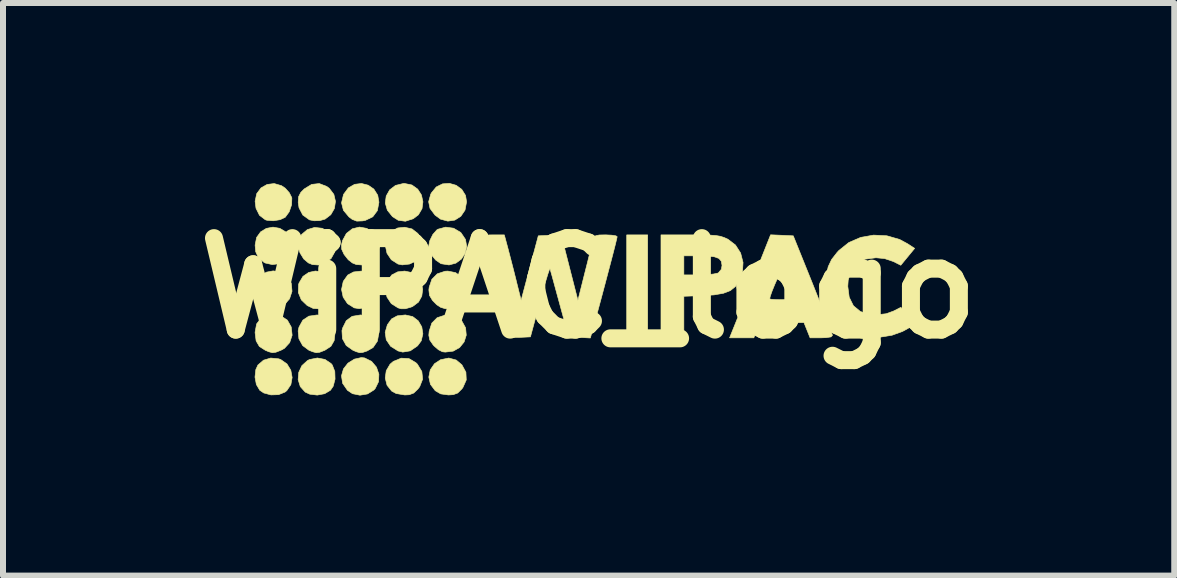
<source format=kicad_pcb>
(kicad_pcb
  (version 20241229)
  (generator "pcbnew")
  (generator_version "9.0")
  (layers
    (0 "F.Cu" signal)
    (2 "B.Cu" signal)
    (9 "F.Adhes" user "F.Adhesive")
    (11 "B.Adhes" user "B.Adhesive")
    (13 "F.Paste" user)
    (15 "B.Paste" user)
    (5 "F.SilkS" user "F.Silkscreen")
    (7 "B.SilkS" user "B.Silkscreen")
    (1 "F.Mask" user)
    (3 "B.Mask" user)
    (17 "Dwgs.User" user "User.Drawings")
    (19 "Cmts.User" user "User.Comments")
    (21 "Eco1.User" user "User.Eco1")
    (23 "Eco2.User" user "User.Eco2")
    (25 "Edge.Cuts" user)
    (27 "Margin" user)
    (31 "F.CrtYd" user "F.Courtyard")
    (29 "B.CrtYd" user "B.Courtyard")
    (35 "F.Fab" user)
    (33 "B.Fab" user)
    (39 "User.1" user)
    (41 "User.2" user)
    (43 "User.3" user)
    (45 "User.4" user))
  (footprint "WiPAC_logo"
    (layer "F.Cu")
    (at 6.756 1.752)
    (property "Reference" "WiPAC_logo" (at 0 0 0) (layer "F.SilkS") (effects (font (size 1.524 1.524) (thickness 0.3))))
    (attr through_hole)
    (fp_poly (pts (xy 0.984 0.826) (xy 0.635 0.826) (xy 0.635 -0.889) (xy 0.984 -0.889) (xy 0.984 0.826)) (stroke (width 0.01) (type solid)) (fill yes) (layer "F.SilkS"))
    (fp_poly (pts (xy -3.732 1.161) (xy -3.615 1.219) (xy -3.534 1.315) (xy -3.494 1.432) (xy -3.499 1.556) (xy -3.554 1.669) (xy -3.576 1.694) (xy -3.683 1.761) (xy -3.809 1.782) (xy -3.933 1.757) (xy -4.017 1.701) (xy -4.098 1.584) (xy -4.117 1.459) (xy -4.084 1.344) (xy -4.009 1.248) (xy -3.902 1.181) (xy -3.785 1.155) (xy -3.732 1.161)) (stroke (width 0.01) (type solid)) (fill yes) (layer "F.SilkS"))
    (fp_poly (pts (xy -2.943 -1.72) (xy -2.847 -1.651) (xy -2.785 -1.554) (xy -2.76 -1.44) (xy -2.775 -1.326) (xy -2.835 -1.224) (xy -2.92 -1.159) (xy -3.052 -1.116) (xy -3.171 -1.132) (xy -3.267 -1.193) (xy -3.353 -1.3) (xy -3.387 -1.419) (xy -3.372 -1.536) (xy -3.314 -1.639) (xy -3.217 -1.713) (xy -3.086 -1.745) (xy -3.069 -1.746) (xy -2.943 -1.72)) (stroke (width 0.01) (type solid)) (fill yes) (layer "F.SilkS"))
    (fp_poly (pts (xy -2.931 0.472) (xy -2.838 0.543) (xy -2.779 0.644) (xy -2.761 0.76) (xy -2.788 0.876) (xy -2.85 0.96) (xy -2.971 1.043) (xy -3.096 1.064) (xy -3.174 1.045) (xy -3.298 0.967) (xy -3.371 0.859) (xy -3.389 0.734) (xy -3.352 0.608) (xy -3.282 0.511) (xy -3.188 0.46) (xy -3.054 0.445) (xy -3.053 0.445) (xy -2.931 0.472)) (stroke (width 0.01) (type solid)) (fill yes) (layer "F.SilkS"))
    (fp_poly (pts (xy -2.206 -1.715) (xy -2.113 -1.647) (xy -2.05 -1.546) (xy -2.033 -1.439) (xy -2.059 -1.301) (xy -2.129 -1.198) (xy -2.229 -1.135) (xy -2.345 -1.118) (xy -2.467 -1.151) (xy -2.559 -1.219) (xy -2.642 -1.33) (xy -2.665 -1.441) (xy -2.63 -1.567) (xy -2.619 -1.588) (xy -2.538 -1.687) (xy -2.433 -1.739) (xy -2.318 -1.747) (xy -2.206 -1.715)) (stroke (width 0.01) (type solid)) (fill yes) (layer "F.SilkS"))
    (fp_poly (pts (xy -2.206 1.196) (xy -2.111 1.276) (xy -2.044 1.399) (xy -2.038 1.528) (xy -2.094 1.654) (xy -2.114 1.68) (xy -2.181 1.746) (xy -2.255 1.773) (xy -2.335 1.778) (xy -2.464 1.76) (xy -2.555 1.707) (xy -2.635 1.601) (xy -2.662 1.48) (xy -2.638 1.36) (xy -2.567 1.257) (xy -2.466 1.191) (xy -2.329 1.163) (xy -2.206 1.196)) (stroke (width 0.01) (type solid)) (fill yes) (layer "F.SilkS"))
    (fp_poly (pts (xy -5.163 1.176) (xy -5.129 1.188) (xy -5.025 1.261) (xy -4.961 1.366) (xy -4.939 1.487) (xy -4.96 1.606) (xy -5.028 1.706) (xy -5.058 1.73) (xy -5.165 1.773) (xy -5.292 1.777) (xy -5.411 1.745) (xy -5.478 1.7) (xy -5.535 1.604) (xy -5.558 1.48) (xy -5.544 1.355) (xy -5.509 1.279) (xy -5.416 1.199) (xy -5.295 1.163) (xy -5.163 1.176)) (stroke (width 0.01) (type solid)) (fill yes) (layer "F.SilkS"))
    (fp_poly (pts (xy -5.143 -0.273) (xy -5.043 -0.216) (xy -4.968 -0.118) (xy -4.953 -0.079) (xy -4.941 0.051) (xy -4.982 0.176) (xy -5.068 0.274) (xy -5.108 0.3) (xy -5.221 0.342) (xy -5.322 0.336) (xy -5.405 0.3) (xy -5.497 0.228) (xy -5.544 0.128) (xy -5.556 0.006) (xy -5.531 -0.118) (xy -5.463 -0.21) (xy -5.367 -0.268) (xy -5.255 -0.289) (xy -5.143 -0.273)) (stroke (width 0.01) (type solid)) (fill yes) (layer "F.SilkS"))
    (fp_poly (pts (xy -4.439 -0.273) (xy -4.337 -0.222) (xy -4.261 -0.137) (xy -4.224 -0.02) (xy -4.223 0.012) (xy -4.24 0.147) (xy -4.295 0.241) (xy -4.381 0.301) (xy -4.49 0.343) (xy -4.587 0.337) (xy -4.688 0.288) (xy -4.786 0.194) (xy -4.836 0.072) (xy -4.832 -0.062) (xy -4.824 -0.087) (xy -4.759 -0.197) (xy -4.663 -0.263) (xy -4.552 -0.287) (xy -4.439 -0.273)) (stroke (width 0.01) (type solid)) (fill yes) (layer "F.SilkS"))
    (fp_poly (pts (xy -4.438 -0.999) (xy -4.32 -0.934) (xy -4.252 -0.861) (xy -4.225 -0.779) (xy -4.223 -0.725) (xy -4.238 -0.589) (xy -4.29 -0.495) (xy -4.381 -0.429) (xy -4.496 -0.387) (xy -4.601 -0.394) (xy -4.667 -0.421) (xy -4.746 -0.488) (xy -4.808 -0.589) (xy -4.842 -0.699) (xy -4.84 -0.774) (xy -4.781 -0.896) (xy -4.685 -0.977) (xy -4.565 -1.013) (xy -4.438 -0.999)) (stroke (width 0.01) (type solid)) (fill yes) (layer "F.SilkS"))
    (fp_poly (pts (xy -4.392 1.186) (xy -4.29 1.255) (xy -4.27 1.279) (xy -4.228 1.387) (xy -4.224 1.514) (xy -4.255 1.633) (xy -4.301 1.7) (xy -4.397 1.757) (xy -4.521 1.78) (xy -4.645 1.765) (xy -4.721 1.73) (xy -4.803 1.639) (xy -4.839 1.523) (xy -4.829 1.402) (xy -4.777 1.29) (xy -4.685 1.206) (xy -4.65 1.188) (xy -4.519 1.162) (xy -4.392 1.186)) (stroke (width 0.01) (type solid)) (fill yes) (layer "F.SilkS"))
    (fp_poly (pts (xy -3.672 -1.717) (xy -3.578 -1.652) (xy -3.513 -1.55) (xy -3.493 -1.433) (xy -3.519 -1.293) (xy -3.596 -1.19) (xy -3.718 -1.131) (xy -3.764 -1.122) (xy -3.862 -1.118) (xy -3.938 -1.147) (xy -3.992 -1.188) (xy -4.085 -1.299) (xy -4.116 -1.423) (xy -4.084 -1.558) (xy -4.081 -1.566) (xy -4.002 -1.672) (xy -3.898 -1.731) (xy -3.784 -1.745) (xy -3.672 -1.717)) (stroke (width 0.01) (type solid)) (fill yes) (layer "F.SilkS"))
    (fp_poly (pts (xy -3.664 -0.258) (xy -3.568 -0.184) (xy -3.506 -0.077) (xy -3.487 0.048) (xy -3.517 0.176) (xy -3.527 0.195) (xy -3.597 0.269) (xy -3.704 0.32) (xy -3.821 0.34) (xy -3.905 0.327) (xy -4.017 0.256) (xy -4.089 0.148) (xy -4.116 0.021) (xy -4.089 -0.107) (xy -4.082 -0.122) (xy -4.012 -0.22) (xy -3.916 -0.271) (xy -3.786 -0.286) (xy -3.664 -0.258)) (stroke (width 0.01) (type solid)) (fill yes) (layer "F.SilkS"))
    (fp_poly (pts (xy -2.993 1.172) (xy -2.879 1.239) (xy -2.853 1.264) (xy -2.778 1.388) (xy -2.765 1.515) (xy -2.814 1.64) (xy -2.844 1.68) (xy -2.913 1.746) (xy -2.988 1.774) (xy -3.062 1.778) (xy -3.206 1.754) (xy -3.281 1.713) (xy -3.358 1.616) (xy -3.388 1.496) (xy -3.371 1.374) (xy -3.308 1.266) (xy -3.252 1.218) (xy -3.121 1.165) (xy -2.993 1.172)) (stroke (width 0.01) (type solid)) (fill yes) (layer "F.SilkS"))
    (fp_poly (pts (xy -2.942 -0.988) (xy -2.845 -0.913) (xy -2.781 -0.807) (xy -2.758 -0.683) (xy -2.785 -0.557) (xy -2.795 -0.538) (xy -2.871 -0.456) (xy -2.983 -0.403) (xy -3.105 -0.389) (xy -3.175 -0.403) (xy -3.287 -0.475) (xy -3.359 -0.583) (xy -3.386 -0.709) (xy -3.359 -0.838) (xy -3.352 -0.852) (xy -3.279 -0.952) (xy -3.18 -1.004) (xy -3.064 -1.016) (xy -2.942 -0.988)) (stroke (width 0.01) (type solid)) (fill yes) (layer "F.SilkS"))
    (fp_poly (pts (xy -5.145 -0.998) (xy -5.043 -0.938) (xy -4.965 -0.835) (xy -4.95 -0.802) (xy -4.939 -0.695) (xy -4.968 -0.577) (xy -5.032 -0.477) (xy -5.046 -0.463) (xy -5.146 -0.41) (xy -5.269 -0.394) (xy -5.386 -0.42) (xy -5.405 -0.429) (xy -5.498 -0.505) (xy -5.546 -0.608) (xy -5.556 -0.718) (xy -5.531 -0.846) (xy -5.464 -0.939) (xy -5.369 -0.997) (xy -5.258 -1.018) (xy -5.145 -0.998)) (stroke (width 0.01) (type solid)) (fill yes) (layer "F.SilkS"))
    (fp_poly (pts (xy -4.385 0.471) (xy -4.286 0.545) (xy -4.231 0.66) (xy -4.223 0.737) (xy -4.239 0.873) (xy -4.293 0.967) (xy -4.392 1.032) (xy -4.399 1.035) (xy -4.481 1.067) (xy -4.538 1.074) (xy -4.6 1.057) (xy -4.661 1.032) (xy -4.764 0.955) (xy -4.826 0.842) (xy -4.839 0.712) (xy -4.825 0.648) (xy -4.761 0.532) (xy -4.66 0.465) (xy -4.522 0.445) (xy -4.385 0.471)) (stroke (width 0.01) (type solid)) (fill yes) (layer "F.SilkS"))
    (fp_poly (pts (xy -4.361 -1.695) (xy -4.32 -1.664) (xy -4.244 -1.564) (xy -4.217 -1.447) (xy -4.235 -1.329) (xy -4.295 -1.225) (xy -4.39 -1.152) (xy -4.477 -1.127) (xy -4.571 -1.124) (xy -4.649 -1.139) (xy -4.651 -1.14) (xy -4.761 -1.219) (xy -4.824 -1.339) (xy -4.838 -1.431) (xy -4.831 -1.526) (xy -4.795 -1.596) (xy -4.738 -1.654) (xy -4.614 -1.73) (xy -4.487 -1.744) (xy -4.361 -1.695)) (stroke (width 0.01) (type solid)) (fill yes) (layer "F.SilkS"))
    (fp_poly (pts (xy -3.695 -0.997) (xy -3.585 -0.923) (xy -3.51 -0.81) (xy -3.488 -0.685) (xy -3.517 -0.565) (xy -3.595 -0.466) (xy -3.651 -0.429) (xy -3.766 -0.387) (xy -3.871 -0.395) (xy -3.935 -0.421) (xy -4.004 -0.475) (xy -4.068 -0.556) (xy -4.075 -0.566) (xy -4.113 -0.648) (xy -4.117 -0.72) (xy -4.1 -0.793) (xy -4.035 -0.913) (xy -3.937 -0.99) (xy -3.818 -1.019) (xy -3.695 -0.997)) (stroke (width 0.01) (type solid)) (fill yes) (layer "F.SilkS"))
    (fp_poly (pts (xy -3.663 0.472) (xy -3.561 0.546) (xy -3.502 0.658) (xy -3.493 0.737) (xy -3.518 0.881) (xy -3.591 0.988) (xy -3.69 1.045) (xy -3.765 1.07) (xy -3.814 1.074) (xy -3.871 1.057) (xy -3.927 1.033) (xy -4.038 0.954) (xy -4.101 0.84) (xy -4.109 0.707) (xy -4.098 0.663) (xy -4.037 0.54) (xy -3.939 0.468) (xy -3.801 0.445) (xy -3.797 0.445) (xy -3.663 0.472)) (stroke (width 0.01) (type solid)) (fill yes) (layer "F.SilkS"))
    (fp_poly (pts (xy -2.94 -0.26) (xy -2.847 -0.191) (xy -2.788 -0.094) (xy -2.764 0.018) (xy -2.779 0.131) (xy -2.834 0.231) (xy -2.932 0.304) (xy -2.96 0.315) (xy -3.053 0.342) (xy -3.123 0.342) (xy -3.175 0.327) (xy -3.287 0.256) (xy -3.359 0.148) (xy -3.386 0.021) (xy -3.359 -0.107) (xy -3.352 -0.122) (xy -3.279 -0.222) (xy -3.18 -0.273) (xy -3.064 -0.286) (xy -2.94 -0.26)) (stroke (width 0.01) (type solid)) (fill yes) (layer "F.SilkS"))
    (fp_poly (pts (xy -5.12 0.465) (xy -5.019 0.531) (xy -4.955 0.644) (xy -4.954 0.648) (xy -4.939 0.783) (xy -4.98 0.906) (xy -5.068 1.002) (xy -5.125 1.033) (xy -5.21 1.066) (xy -5.267 1.074) (xy -5.328 1.058) (xy -5.387 1.033) (xy -5.485 0.97) (xy -5.539 0.877) (xy -5.556 0.742) (xy -5.556 0.731) (xy -5.531 0.595) (xy -5.459 0.501) (xy -5.342 0.452) (xy -5.263 0.445) (xy -5.12 0.465)) (stroke (width 0.01) (type solid)) (fill yes) (layer "F.SilkS"))
    (fp_poly (pts (xy -5.117 -1.709) (xy -5.054 -1.667) (xy -4.987 -1.592) (xy -4.946 -1.511) (xy -4.944 -1.501) (xy -4.948 -1.39) (xy -4.988 -1.273) (xy -5.053 -1.184) (xy -5.056 -1.181) (xy -5.14 -1.142) (xy -5.252 -1.124) (xy -5.358 -1.132) (xy -5.386 -1.141) (xy -5.483 -1.215) (xy -5.541 -1.332) (xy -5.556 -1.449) (xy -5.529 -1.576) (xy -5.458 -1.671) (xy -5.356 -1.729) (xy -5.238 -1.744) (xy -5.117 -1.709)) (stroke (width 0.01) (type solid)) (fill yes) (layer "F.SilkS"))
    (fp_poly (pts (xy -2.249 -1) (xy -2.133 -0.931) (xy -2.125 -0.923) (xy -2.051 -0.813) (xy -2.031 -0.696) (xy -2.056 -0.584) (xy -2.118 -0.487) (xy -2.211 -0.418) (xy -2.325 -0.388) (xy -2.455 -0.408) (xy -2.464 -0.412) (xy -2.548 -0.47) (xy -2.621 -0.559) (xy -2.663 -0.655) (xy -2.667 -0.688) (xy -2.646 -0.792) (xy -2.595 -0.896) (xy -2.528 -0.972) (xy -2.51 -0.983) (xy -2.382 -1.018) (xy -2.249 -1)) (stroke (width 0.01) (type solid)) (fill yes) (layer "F.SilkS"))
    (fp_poly (pts (xy -2.235 0.453) (xy -2.166 0.489) (xy -2.114 0.542) (xy -2.049 0.66) (xy -2.038 0.782) (xy -2.074 0.895) (xy -2.149 0.988) (xy -2.256 1.048) (xy -2.388 1.064) (xy -2.436 1.058) (xy -2.501 1.025) (xy -2.574 0.962) (xy -2.59 0.944) (xy -2.646 0.863) (xy -2.662 0.784) (xy -2.656 0.716) (xy -2.612 0.581) (xy -2.523 0.491) (xy -2.392 0.448) (xy -2.335 0.445) (xy -2.235 0.453)) (stroke (width 0.01) (type solid)) (fill yes) (layer "F.SilkS"))
    (fp_poly (pts (xy -2.216 -0.26) (xy -2.119 -0.192) (xy -2.057 -0.095) (xy -2.033 0.017) (xy -2.05 0.13) (xy -2.112 0.231) (xy -2.208 0.3) (xy -2.307 0.339) (xy -2.385 0.342) (xy -2.464 0.318) (xy -2.53 0.275) (xy -2.598 0.206) (xy -2.602 0.201) (xy -2.651 0.119) (xy -2.661 0.028) (xy -2.656 -0.016) (xy -2.611 -0.15) (xy -2.521 -0.24) (xy -2.392 -0.283) (xy -2.345 -0.286) (xy -2.216 -0.26)) (stroke (width 0.01) (type solid)) (fill yes) (layer "F.SilkS"))
    (fp_poly (pts (xy 1.882 -0.888) (xy 2.021 -0.885) (xy 2.122 -0.878) (xy 2.197 -0.865) (xy 2.258 -0.845) (xy 2.318 -0.818) (xy 2.319 -0.818) (xy 2.447 -0.72) (xy 2.533 -0.586) (xy 2.573 -0.429) (xy 2.563 -0.263) (xy 2.513 -0.127) (xy 2.447 -0.03) (xy 2.362 0.039) (xy 2.246 0.084) (xy 2.089 0.111) (xy 1.913 0.122) (xy 1.587 0.134) (xy 1.587 0.826) (xy 1.206 0.826) (xy 1.206 -0.54) (xy 1.587 -0.54) (xy 1.587 -0.222) (xy 1.844 -0.222) (xy 1.972 -0.226) (xy 2.082 -0.237) (xy 2.153 -0.252) (xy 2.161 -0.255) (xy 2.212 -0.316) (xy 2.223 -0.381) (xy 2.211 -0.45) (xy 2.17 -0.497) (xy 2.091 -0.525) (xy 1.964 -0.537) (xy 1.844 -0.54) (xy 1.587 -0.54) (xy 1.206 -0.54) (xy 1.206 -0.889) (xy 1.692 -0.889) (xy 1.882 -0.888)) (stroke (width 0.01) (type solid)) (fill yes) (layer "F.SilkS"))
    (fp_poly (pts (xy 4.969 -0.874) (xy 5.181 -0.813) (xy 5.311 -0.743) (xy 5.432 -0.664) (xy 5.201 -0.383) (xy 5.078 -0.445) (xy 4.932 -0.494) (xy 4.788 -0.508) (xy 4.607 -0.484) (xy 4.468 -0.412) (xy 4.374 -0.295) (xy 4.325 -0.134) (xy 4.318 -0.032) (xy 4.342 0.151) (xy 4.412 0.292) (xy 4.528 0.388) (xy 4.686 0.437) (xy 4.788 0.444) (xy 4.957 0.425) (xy 5.079 0.381) (xy 5.203 0.318) (xy 5.313 0.452) (xy 5.372 0.53) (xy 5.406 0.589) (xy 5.409 0.611) (xy 5.374 0.638) (xy 5.3 0.682) (xy 5.229 0.72) (xy 5.055 0.783) (xy 4.857 0.815) (xy 4.66 0.813) (xy 4.489 0.776) (xy 4.489 0.776) (xy 4.33 0.692) (xy 4.178 0.568) (xy 4.056 0.424) (xy 4.024 0.37) (xy 3.986 0.285) (xy 3.964 0.192) (xy 3.955 0.069) (xy 3.954 -0.032) (xy 3.962 -0.215) (xy 3.991 -0.357) (xy 4.048 -0.478) (xy 4.142 -0.599) (xy 4.171 -0.63) (xy 4.336 -0.762) (xy 4.533 -0.847) (xy 4.748 -0.885) (xy 4.969 -0.874)) (stroke (width 0.01) (type solid)) (fill yes) (layer "F.SilkS"))
    (fp_poly (pts (xy 3.221 -0.882) (xy 3.41 -0.873) (xy 3.736 -0.064) (xy 3.821 0.15) (xy 3.898 0.346) (xy 3.964 0.515) (xy 4.015 0.65) (xy 4.049 0.743) (xy 4.062 0.785) (xy 4.063 0.786) (xy 4.038 0.811) (xy 3.957 0.823) (xy 3.877 0.826) (xy 3.69 0.826) (xy 3.588 0.572) (xy 2.852 0.572) (xy 2.753 0.826) (xy 2.349 0.826) (xy 2.391 0.722) (xy 2.414 0.665) (xy 2.457 0.558) (xy 2.516 0.41) (xy 2.587 0.232) (xy 2.609 0.177) (xy 3.016 0.177) (xy 3.016 0.177) (xy 3.045 0.184) (xy 3.121 0.189) (xy 3.223 0.191) (xy 3.329 0.186) (xy 3.403 0.174) (xy 3.429 0.159) (xy 3.418 0.113) (xy 3.388 0.028) (xy 3.348 -0.078) (xy 3.305 -0.184) (xy 3.267 -0.273) (xy 3.24 -0.324) (xy 3.238 -0.328) (xy 3.22 -0.31) (xy 3.186 -0.247) (xy 3.143 -0.157) (xy 3.098 -0.054) (xy 3.057 0.047) (xy 3.028 0.129) (xy 3.016 0.177) (xy 2.609 0.177) (xy 2.667 0.031) (xy 2.733 -0.136) (xy 3.032 -0.89) (xy 3.221 -0.882)) (stroke (width 0.01) (type solid)) (fill yes) (layer "F.SilkS"))
    (fp_poly (pts (xy -0.318 -0.344) (xy -0.178 0.203) (xy -0.063 -0.255) (xy -0.02 -0.425) (xy 0.018 -0.578) (xy 0.049 -0.703) (xy 0.07 -0.784) (xy 0.074 -0.802) (xy 0.091 -0.85) (xy 0.12 -0.876) (xy 0.179 -0.887) (xy 0.285 -0.889) (xy 0.286 -0.889) (xy 0.387 -0.884) (xy 0.455 -0.873) (xy 0.476 -0.859) (xy 0.468 -0.822) (xy 0.447 -0.734) (xy 0.414 -0.604) (xy 0.372 -0.443) (xy 0.324 -0.261) (xy 0.273 -0.067) (xy 0.221 0.128) (xy 0.171 0.314) (xy 0.126 0.482) (xy 0.088 0.621) (xy 0.077 0.66) (xy 0.029 0.829) (xy -0.152 0.819) (xy -0.332 0.81) (xy -0.483 0.257) (xy -0.532 0.078) (xy -0.575 -0.08) (xy -0.61 -0.208) (xy -0.634 -0.293) (xy -0.643 -0.326) (xy -0.654 -0.307) (xy -0.679 -0.235) (xy -0.714 -0.119) (xy -0.757 0.032) (xy -0.806 0.209) (xy -0.811 0.226) (xy -0.969 0.81) (xy -1.151 0.819) (xy -1.27 0.82) (xy -1.334 0.804) (xy -1.349 0.787) (xy -1.365 0.735) (xy -1.393 0.635) (xy -1.43 0.495) (xy -1.475 0.327) (xy -1.525 0.14) (xy -1.576 -0.056) (xy -1.627 -0.25) (xy -1.674 -0.433) (xy -1.716 -0.594) (xy -1.749 -0.725) (xy -1.77 -0.814) (xy -1.778 -0.851) (xy -1.778 -0.851) (xy -1.747 -0.875) (xy -1.656 -0.888) (xy -1.591 -0.889) (xy -1.404 -0.889) (xy -1.338 -0.643) (xy -1.299 -0.493) (xy -1.253 -0.315) (xy -1.209 -0.14) (xy -1.199 -0.098) (xy -1.124 0.201) (xy -0.981 -0.336) (xy -0.838 -0.873) (xy -0.648 -0.882) (xy -0.458 -0.892) (xy -0.318 -0.344)) (stroke (width 0.01) (type solid)) (fill yes) (layer "F.SilkS")))
  (gr_rect
    (start -3 -3)
    (end 16.513 6.54)
    (stroke (width 0.1) (type default))
    (fill no)
    (layer "Edge.Cuts")))
</source>
